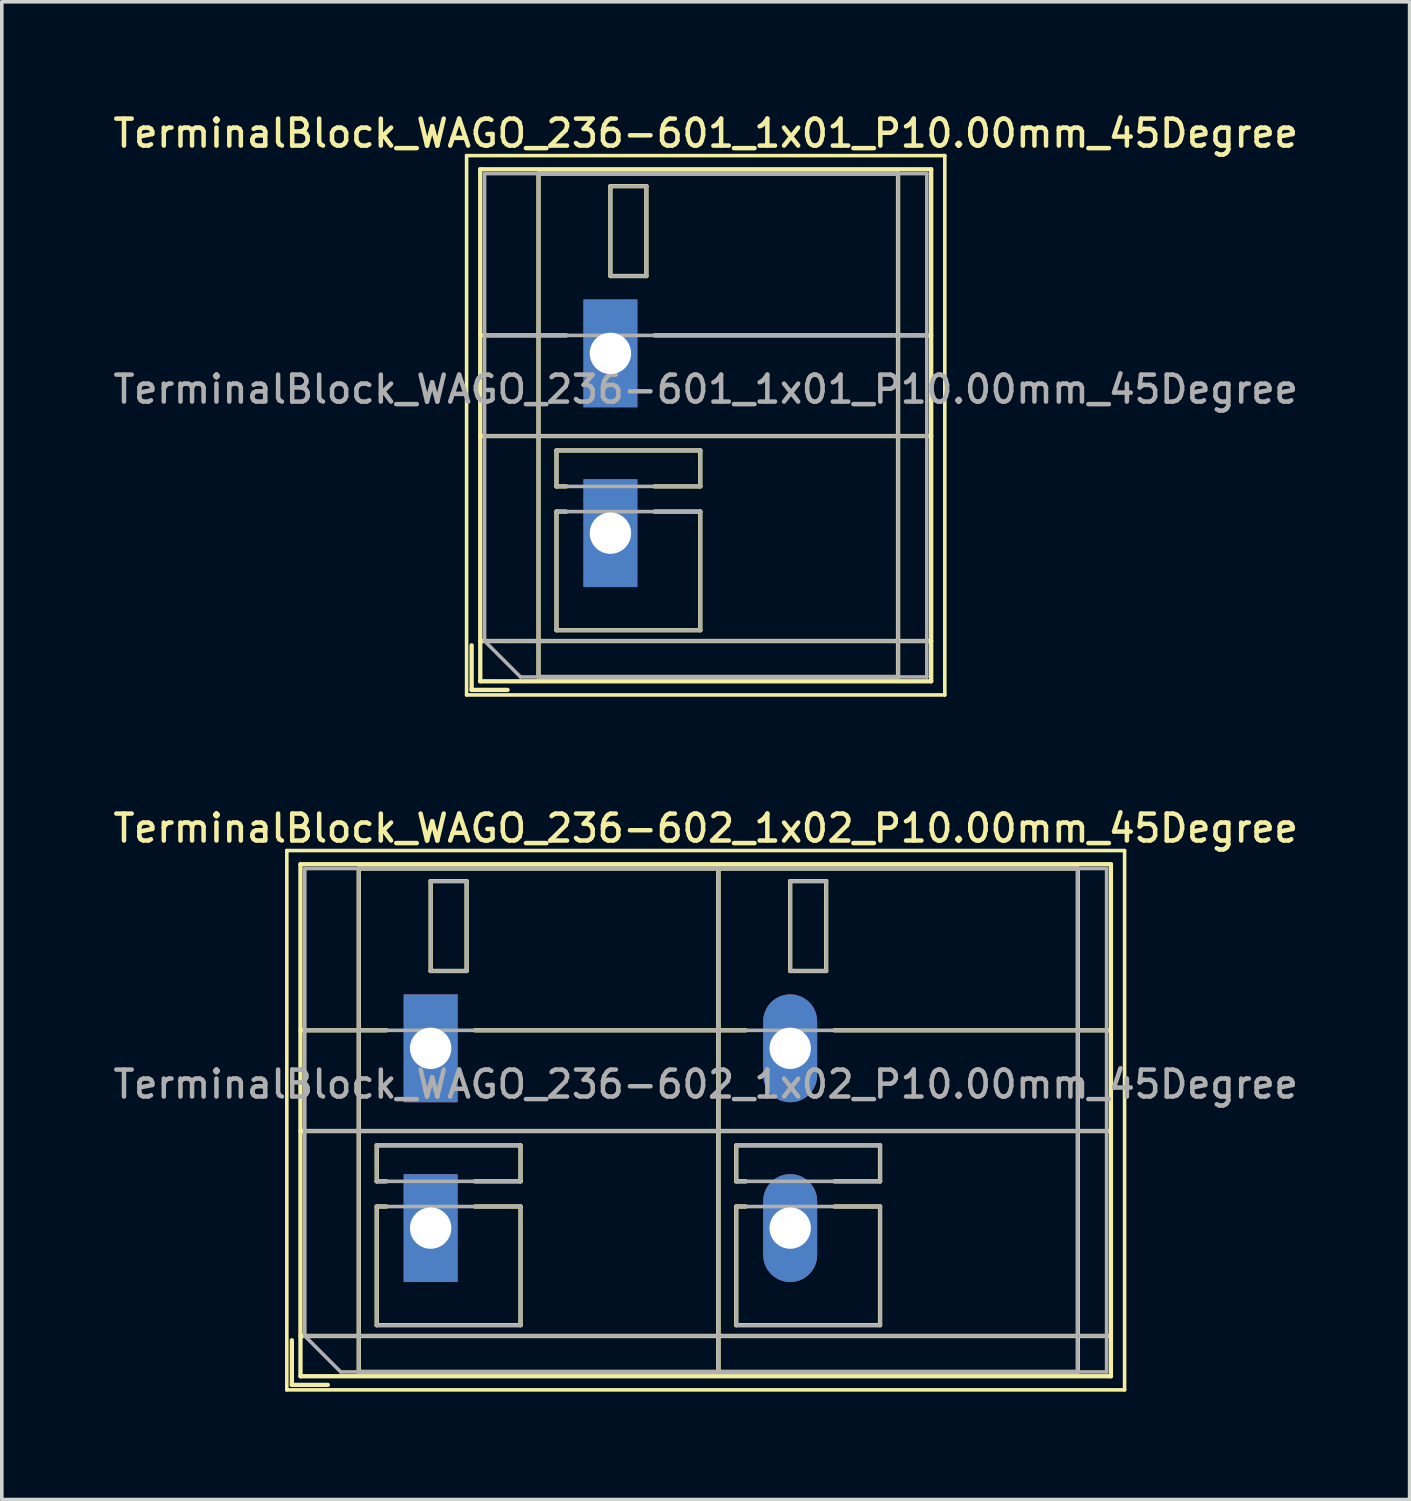
<source format=kicad_pcb>
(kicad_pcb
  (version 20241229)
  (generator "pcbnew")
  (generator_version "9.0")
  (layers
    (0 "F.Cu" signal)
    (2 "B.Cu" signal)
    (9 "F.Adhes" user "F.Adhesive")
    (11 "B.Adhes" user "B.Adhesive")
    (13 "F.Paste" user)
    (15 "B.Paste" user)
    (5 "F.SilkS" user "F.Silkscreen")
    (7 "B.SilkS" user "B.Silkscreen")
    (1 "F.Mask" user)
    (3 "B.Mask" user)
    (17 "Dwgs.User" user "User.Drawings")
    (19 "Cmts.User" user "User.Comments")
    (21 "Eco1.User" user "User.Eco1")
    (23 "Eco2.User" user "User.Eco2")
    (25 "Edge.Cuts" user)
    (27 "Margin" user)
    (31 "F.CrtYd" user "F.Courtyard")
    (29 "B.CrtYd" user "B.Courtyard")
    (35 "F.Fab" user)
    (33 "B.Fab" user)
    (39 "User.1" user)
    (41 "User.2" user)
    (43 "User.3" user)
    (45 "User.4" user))
  (footprint "TerminalBlock_WAGO_236-602_1x02_P10.00mm_45Degree"
    (layer "F.Cu")
    (at 8.927 26.106)
    (property "Reference" "TerminalBlock_WAGO_236-602_1x02_P10.00mm_45Degree" (at 7.65 -6.12 0) (layer "F.SilkS") (effects (font (size 0.75 0.75) (thickness 0.125))))
    (attr through_hole)
    (fp_line (start -4 -5.5) (end -4 9.5) (stroke (width 0.1) (type solid)) (layer "F.SilkS"))
    (fp_line (start -4 9.5) (end 19.3 9.5) (stroke (width 0.1) (type solid)) (layer "F.SilkS"))
    (fp_line (start -3.86 8.12) (end -3.86 9.36) (stroke (width 0.12) (type solid)) (layer "F.SilkS"))
    (fp_line (start -3.86 9.36) (end -2.86 9.36) (stroke (width 0.12) (type solid)) (layer "F.SilkS"))
    (fp_line (start -3.62 -5.12) (end -3.62 9.12) (stroke (width 0.12) (type solid)) (layer "F.SilkS"))
    (fp_line (start -3.62 -5.12) (end 18.92 -5.12) (stroke (width 0.12) (type solid)) (layer "F.SilkS"))
    (fp_line (start -3.62 -0.5) (end -1.23 -0.5) (stroke (width 0.12) (type solid)) (layer "F.SilkS"))
    (fp_line (start -3.62 2.3) (end 18.92 2.3) (stroke (width 0.12) (type solid)) (layer "F.SilkS"))
    (fp_line (start -3.62 8) (end 18.92 8) (stroke (width 0.12) (type solid)) (layer "F.SilkS"))
    (fp_line (start -3.62 9.12) (end 18.92 9.12) (stroke (width 0.12) (type solid)) (layer "F.SilkS"))
    (fp_line (start -2 -5) (end -2 9) (stroke (width 0.12) (type solid)) (layer "F.SilkS"))
    (fp_line (start -2 -5) (end 8 -5) (stroke (width 0.12) (type solid)) (layer "F.SilkS"))
    (fp_line (start -2 9) (end 8 9) (stroke (width 0.12) (type solid)) (layer "F.SilkS"))
    (fp_line (start -1.5 2.7) (end -1.5 3.7) (stroke (width 0.12) (type solid)) (layer "F.SilkS"))
    (fp_line (start -1.5 2.7) (end 2.5 2.7) (stroke (width 0.12) (type solid)) (layer "F.SilkS"))
    (fp_line (start -1.5 3.7) (end -1.23 3.7) (stroke (width 0.12) (type solid)) (layer "F.SilkS"))
    (fp_line (start -1.5 4.4) (end -1.5 7.7) (stroke (width 0.12) (type solid)) (layer "F.SilkS"))
    (fp_line (start -1.5 4.4) (end -1.23 4.4) (stroke (width 0.12) (type solid)) (layer "F.SilkS"))
    (fp_line (start -1.5 7.7) (end 2.5 7.7) (stroke (width 0.12) (type solid)) (layer "F.SilkS"))
    (fp_line (start 0 -4.65) (end 0 -2.151) (stroke (width 0.12) (type solid)) (layer "F.SilkS"))
    (fp_line (start 0 -4.65) (end 1 -4.65) (stroke (width 0.12) (type solid)) (layer "F.SilkS"))
    (fp_line (start 0 -2.151) (end 1 -2.151) (stroke (width 0.12) (type solid)) (layer "F.SilkS"))
    (fp_line (start 1 -4.65) (end 1 -2.151) (stroke (width 0.12) (type solid)) (layer "F.SilkS"))
    (fp_line (start 1.23 -0.5) (end 8.77 -0.5) (stroke (width 0.12) (type solid)) (layer "F.SilkS"))
    (fp_line (start 1.23 3.7) (end 2.5 3.7) (stroke (width 0.12) (type solid)) (layer "F.SilkS"))
    (fp_line (start 1.23 4.4) (end 2.5 4.4) (stroke (width 0.12) (type solid)) (layer "F.SilkS"))
    (fp_line (start 2.5 2.7) (end 2.5 3.7) (stroke (width 0.12) (type solid)) (layer "F.SilkS"))
    (fp_line (start 2.5 4.4) (end 2.5 7.7) (stroke (width 0.12) (type solid)) (layer "F.SilkS"))
    (fp_line (start 8 -5) (end 8 9) (stroke (width 0.12) (type solid)) (layer "F.SilkS"))
    (fp_line (start 8 -5) (end 8 9) (stroke (width 0.12) (type solid)) (layer "F.SilkS"))
    (fp_line (start 8 -5) (end 18 -5) (stroke (width 0.12) (type solid)) (layer "F.SilkS"))
    (fp_line (start 8 9) (end 18 9) (stroke (width 0.12) (type solid)) (layer "F.SilkS"))
    (fp_line (start 8.5 2.7) (end 8.5 3.7) (stroke (width 0.12) (type solid)) (layer "F.SilkS"))
    (fp_line (start 8.5 2.7) (end 12.5 2.7) (stroke (width 0.12) (type solid)) (layer "F.SilkS"))
    (fp_line (start 8.5 3.7) (end 8.77 3.7) (stroke (width 0.12) (type solid)) (layer "F.SilkS"))
    (fp_line (start 8.5 4.4) (end 8.5 7.7) (stroke (width 0.12) (type solid)) (layer "F.SilkS"))
    (fp_line (start 8.5 4.4) (end 8.77 4.4) (stroke (width 0.12) (type solid)) (layer "F.SilkS"))
    (fp_line (start 8.5 7.7) (end 12.5 7.7) (stroke (width 0.12) (type solid)) (layer "F.SilkS"))
    (fp_line (start 10 -4.65) (end 10 -2.151) (stroke (width 0.12) (type solid)) (layer "F.SilkS"))
    (fp_line (start 10 -4.65) (end 11 -4.65) (stroke (width 0.12) (type solid)) (layer "F.SilkS"))
    (fp_line (start 10 -2.151) (end 11 -2.151) (stroke (width 0.12) (type solid)) (layer "F.SilkS"))
    (fp_line (start 11 -4.65) (end 11 -2.151) (stroke (width 0.12) (type solid)) (layer "F.SilkS"))
    (fp_line (start 11.23 -0.5) (end 18.92 -0.5) (stroke (width 0.12) (type solid)) (layer "F.SilkS"))
    (fp_line (start 11.23 3.7) (end 12.5 3.7) (stroke (width 0.12) (type solid)) (layer "F.SilkS"))
    (fp_line (start 11.23 4.4) (end 12.5 4.4) (stroke (width 0.12) (type solid)) (layer "F.SilkS"))
    (fp_line (start 12.5 2.7) (end 12.5 3.7) (stroke (width 0.12) (type solid)) (layer "F.SilkS"))
    (fp_line (start 12.5 4.4) (end 12.5 7.7) (stroke (width 0.12) (type solid)) (layer "F.SilkS"))
    (fp_line (start 18 -5) (end 18 9) (stroke (width 0.12) (type solid)) (layer "F.SilkS"))
    (fp_line (start 18.92 -5.12) (end 18.92 9.12) (stroke (width 0.12) (type solid)) (layer "F.SilkS"))
    (fp_line (start 19.3 -5.5) (end -4 -5.5) (stroke (width 0.1) (type solid)) (layer "F.SilkS"))
    (fp_line (start 19.3 9.5) (end 19.3 -5.5) (stroke (width 0.1) (type solid)) (layer "F.SilkS"))
    (fp_line (start -3.5 -5) (end 18.8 -5) (stroke (width 0.1) (type solid)) (layer "F.Fab"))
    (fp_line (start -3.5 -0.5) (end 18.8 -0.5) (stroke (width 0.1) (type solid)) (layer "F.Fab"))
    (fp_line (start -3.5 2.3) (end 18.8 2.3) (stroke (width 0.1) (type solid)) (layer "F.Fab"))
    (fp_line (start -3.5 8) (end -3.5 -5) (stroke (width 0.1) (type solid)) (layer "F.Fab"))
    (fp_line (start -3.5 8) (end 18.8 8) (stroke (width 0.1) (type solid)) (layer "F.Fab"))
    (fp_line (start -2.5 9) (end -3.5 8) (stroke (width 0.1) (type solid)) (layer "F.Fab"))
    (fp_line (start -2 -5) (end -2 9) (stroke (width 0.1) (type solid)) (layer "F.Fab"))
    (fp_line (start -2 9) (end 8 9) (stroke (width 0.1) (type solid)) (layer "F.Fab"))
    (fp_line (start -1.5 2.7) (end -1.5 3.7) (stroke (width 0.1) (type solid)) (layer "F.Fab"))
    (fp_line (start -1.5 3.7) (end 2.5 3.7) (stroke (width 0.1) (type solid)) (layer "F.Fab"))
    (fp_line (start -1.5 4.4) (end -1.5 7.7) (stroke (width 0.1) (type solid)) (layer "F.Fab"))
    (fp_line (start -1.5 7.7) (end 2.5 7.7) (stroke (width 0.1) (type solid)) (layer "F.Fab"))
    (fp_line (start 0 -4.65) (end 0 -2.15) (stroke (width 0.1) (type solid)) (layer "F.Fab"))
    (fp_line (start 0 -2.15) (end 1 -2.15) (stroke (width 0.1) (type solid)) (layer "F.Fab"))
    (fp_line (start 1 -4.65) (end 0 -4.65) (stroke (width 0.1) (type solid)) (layer "F.Fab"))
    (fp_line (start 1 -2.15) (end 1 -4.65) (stroke (width 0.1) (type solid)) (layer "F.Fab"))
    (fp_line (start 2.5 2.7) (end -1.5 2.7) (stroke (width 0.1) (type solid)) (layer "F.Fab"))
    (fp_line (start 2.5 3.7) (end 2.5 2.7) (stroke (width 0.1) (type solid)) (layer "F.Fab"))
    (fp_line (start 2.5 4.4) (end -1.5 4.4) (stroke (width 0.1) (type solid)) (layer "F.Fab"))
    (fp_line (start 2.5 7.7) (end 2.5 4.4) (stroke (width 0.1) (type solid)) (layer "F.Fab"))
    (fp_line (start 8 -5) (end -2 -5) (stroke (width 0.1) (type solid)) (layer "F.Fab"))
    (fp_line (start 8 -5) (end 8 9) (stroke (width 0.1) (type solid)) (layer "F.Fab"))
    (fp_line (start 8 9) (end 8 -5) (stroke (width 0.1) (type solid)) (layer "F.Fab"))
    (fp_line (start 8 9) (end 18 9) (stroke (width 0.1) (type solid)) (layer "F.Fab"))
    (fp_line (start 8.5 2.7) (end 8.5 3.7) (stroke (width 0.1) (type solid)) (layer "F.Fab"))
    (fp_line (start 8.5 3.7) (end 12.5 3.7) (stroke (width 0.1) (type solid)) (layer "F.Fab"))
    (fp_line (start 8.5 4.4) (end 8.5 7.7) (stroke (width 0.1) (type solid)) (layer "F.Fab"))
    (fp_line (start 8.5 7.7) (end 12.5 7.7) (stroke (width 0.1) (type solid)) (layer "F.Fab"))
    (fp_line (start 10 -4.65) (end 10 -2.15) (stroke (width 0.1) (type solid)) (layer "F.Fab"))
    (fp_line (start 10 -2.15) (end 11 -2.15) (stroke (width 0.1) (type solid)) (layer "F.Fab"))
    (fp_line (start 11 -4.65) (end 10 -4.65) (stroke (width 0.1) (type solid)) (layer "F.Fab"))
    (fp_line (start 11 -2.15) (end 11 -4.65) (stroke (width 0.1) (type solid)) (layer "F.Fab"))
    (fp_line (start 12.5 2.7) (end 8.5 2.7) (stroke (width 0.1) (type solid)) (layer "F.Fab"))
    (fp_line (start 12.5 3.7) (end 12.5 2.7) (stroke (width 0.1) (type solid)) (layer "F.Fab"))
    (fp_line (start 12.5 4.4) (end 8.5 4.4) (stroke (width 0.1) (type solid)) (layer "F.Fab"))
    (fp_line (start 12.5 7.7) (end 12.5 4.4) (stroke (width 0.1) (type solid)) (layer "F.Fab"))
    (fp_line (start 18 -5) (end 8 -5) (stroke (width 0.1) (type solid)) (layer "F.Fab"))
    (fp_line (start 18 9) (end 18 -5) (stroke (width 0.1) (type solid)) (layer "F.Fab"))
    (fp_line (start 18.8 -5) (end 18.8 9) (stroke (width 0.1) (type solid)) (layer "F.Fab"))
    (fp_line (start 18.8 9) (end -2.5 9) (stroke (width 0.1) (type solid)) (layer "F.Fab"))
    (fp_text user "${REFERENCE}" (at 7.65 1 0) (layer "F.Fab") (effects (font (size 0.75 0.75) (thickness 0.125))))
    (pad "1" thru_hole rect (at 0 0) (size 1.5 3) (drill 1.15) (layers "*.Cu" "*.Mask"))
    (pad "1" thru_hole rect (at 0 5) (size 1.5 3) (drill 1.15) (layers "*.Cu" "*.Mask"))
    (pad "2" thru_hole oval (at 10 0) (size 1.5 3) (drill 1.15) (layers "*.Cu" "*.Mask"))
    (pad "2" thru_hole oval (at 10 5) (size 1.5 3) (drill 1.15) (layers "*.Cu" "*.Mask")))
  (footprint "TerminalBlock_WAGO_236-601_1x01_P10.00mm_45Degree"
    (layer "F.Cu")
    (at 13.927 6.778)
    (property "Reference" "TerminalBlock_WAGO_236-601_1x01_P10.00mm_45Degree" (at 2.65 -6.12 0) (layer "F.SilkS") (effects (font (size 0.75 0.75) (thickness 0.125))))
    (attr through_hole)
    (fp_line (start -4 -5.5) (end -4 9.5) (stroke (width 0.1) (type solid)) (layer "F.SilkS"))
    (fp_line (start -4 9.5) (end 9.3 9.5) (stroke (width 0.1) (type solid)) (layer "F.SilkS"))
    (fp_line (start -3.86 8.12) (end -3.86 9.36) (stroke (width 0.12) (type solid)) (layer "F.SilkS"))
    (fp_line (start -3.86 9.36) (end -2.86 9.36) (stroke (width 0.12) (type solid)) (layer "F.SilkS"))
    (fp_line (start -3.62 -5.12) (end -3.62 9.12) (stroke (width 0.12) (type solid)) (layer "F.SilkS"))
    (fp_line (start -3.62 -5.12) (end 8.921 -5.12) (stroke (width 0.12) (type solid)) (layer "F.SilkS"))
    (fp_line (start -3.62 -0.5) (end -1.23 -0.5) (stroke (width 0.12) (type solid)) (layer "F.SilkS"))
    (fp_line (start -3.62 2.3) (end 8.921 2.3) (stroke (width 0.12) (type solid)) (layer "F.SilkS"))
    (fp_line (start -3.62 8) (end 8.921 8) (stroke (width 0.12) (type solid)) (layer "F.SilkS"))
    (fp_line (start -3.62 9.12) (end 8.921 9.12) (stroke (width 0.12) (type solid)) (layer "F.SilkS"))
    (fp_line (start -2 -5) (end -2 9) (stroke (width 0.12) (type solid)) (layer "F.SilkS"))
    (fp_line (start -2 -5) (end 8 -5) (stroke (width 0.12) (type solid)) (layer "F.SilkS"))
    (fp_line (start -2 9) (end 8 9) (stroke (width 0.12) (type solid)) (layer "F.SilkS"))
    (fp_line (start -1.5 2.7) (end -1.5 3.7) (stroke (width 0.12) (type solid)) (layer "F.SilkS"))
    (fp_line (start -1.5 2.7) (end 2.5 2.7) (stroke (width 0.12) (type solid)) (layer "F.SilkS"))
    (fp_line (start -1.5 3.7) (end -1.23 3.7) (stroke (width 0.12) (type solid)) (layer "F.SilkS"))
    (fp_line (start -1.5 4.4) (end -1.5 7.7) (stroke (width 0.12) (type solid)) (layer "F.SilkS"))
    (fp_line (start -1.5 4.4) (end -1.23 4.4) (stroke (width 0.12) (type solid)) (layer "F.SilkS"))
    (fp_line (start -1.5 7.7) (end 2.5 7.7) (stroke (width 0.12) (type solid)) (layer "F.SilkS"))
    (fp_line (start 0 -4.65) (end 0 -2.151) (stroke (width 0.12) (type solid)) (layer "F.SilkS"))
    (fp_line (start 0 -4.65) (end 1 -4.65) (stroke (width 0.12) (type solid)) (layer "F.SilkS"))
    (fp_line (start 0 -2.151) (end 1 -2.151) (stroke (width 0.12) (type solid)) (layer "F.SilkS"))
    (fp_line (start 1 -4.65) (end 1 -2.151) (stroke (width 0.12) (type solid)) (layer "F.SilkS"))
    (fp_line (start 1.23 -0.5) (end 8.921 -0.5) (stroke (width 0.12) (type solid)) (layer "F.SilkS"))
    (fp_line (start 1.23 3.7) (end 2.5 3.7) (stroke (width 0.12) (type solid)) (layer "F.SilkS"))
    (fp_line (start 1.23 4.4) (end 2.5 4.4) (stroke (width 0.12) (type solid)) (layer "F.SilkS"))
    (fp_line (start 2.5 2.7) (end 2.5 3.7) (stroke (width 0.12) (type solid)) (layer "F.SilkS"))
    (fp_line (start 2.5 4.4) (end 2.5 7.7) (stroke (width 0.12) (type solid)) (layer "F.SilkS"))
    (fp_line (start 8 -5) (end 8 9) (stroke (width 0.12) (type solid)) (layer "F.SilkS"))
    (fp_line (start 8.921 -5.12) (end 8.921 9.12) (stroke (width 0.12) (type solid)) (layer "F.SilkS"))
    (fp_line (start 9.3 -5.5) (end -4 -5.5) (stroke (width 0.1) (type solid)) (layer "F.SilkS"))
    (fp_line (start 9.3 9.5) (end 9.3 -5.5) (stroke (width 0.1) (type solid)) (layer "F.SilkS"))
    (fp_line (start -3.5 -5) (end 8.8 -5) (stroke (width 0.1) (type solid)) (layer "F.Fab"))
    (fp_line (start -3.5 -0.5) (end 8.8 -0.5) (stroke (width 0.1) (type solid)) (layer "F.Fab"))
    (fp_line (start -3.5 2.3) (end 8.8 2.3) (stroke (width 0.1) (type solid)) (layer "F.Fab"))
    (fp_line (start -3.5 8) (end -3.5 -5) (stroke (width 0.1) (type solid)) (layer "F.Fab"))
    (fp_line (start -3.5 8) (end 8.8 8) (stroke (width 0.1) (type solid)) (layer "F.Fab"))
    (fp_line (start -2.5 9) (end -3.5 8) (stroke (width 0.1) (type solid)) (layer "F.Fab"))
    (fp_line (start -2 -5) (end -2 9) (stroke (width 0.1) (type solid)) (layer "F.Fab"))
    (fp_line (start -2 9) (end 8 9) (stroke (width 0.1) (type solid)) (layer "F.Fab"))
    (fp_line (start -1.5 2.7) (end -1.5 3.7) (stroke (width 0.1) (type solid)) (layer "F.Fab"))
    (fp_line (start -1.5 3.7) (end 2.5 3.7) (stroke (width 0.1) (type solid)) (layer "F.Fab"))
    (fp_line (start -1.5 4.4) (end -1.5 7.7) (stroke (width 0.1) (type solid)) (layer "F.Fab"))
    (fp_line (start -1.5 7.7) (end 2.5 7.7) (stroke (width 0.1) (type solid)) (layer "F.Fab"))
    (fp_line (start 0 -4.65) (end 0 -2.15) (stroke (width 0.1) (type solid)) (layer "F.Fab"))
    (fp_line (start 0 -2.15) (end 1 -2.15) (stroke (width 0.1) (type solid)) (layer "F.Fab"))
    (fp_line (start 1 -4.65) (end 0 -4.65) (stroke (width 0.1) (type solid)) (layer "F.Fab"))
    (fp_line (start 1 -2.15) (end 1 -4.65) (stroke (width 0.1) (type solid)) (layer "F.Fab"))
    (fp_line (start 2.5 2.7) (end -1.5 2.7) (stroke (width 0.1) (type solid)) (layer "F.Fab"))
    (fp_line (start 2.5 3.7) (end 2.5 2.7) (stroke (width 0.1) (type solid)) (layer "F.Fab"))
    (fp_line (start 2.5 4.4) (end -1.5 4.4) (stroke (width 0.1) (type solid)) (layer "F.Fab"))
    (fp_line (start 2.5 7.7) (end 2.5 4.4) (stroke (width 0.1) (type solid)) (layer "F.Fab"))
    (fp_line (start 8 -5) (end -2 -5) (stroke (width 0.1) (type solid)) (layer "F.Fab"))
    (fp_line (start 8 9) (end 8 -5) (stroke (width 0.1) (type solid)) (layer "F.Fab"))
    (fp_line (start 8.8 -5) (end 8.8 9) (stroke (width 0.1) (type solid)) (layer "F.Fab"))
    (fp_line (start 8.8 9) (end -2.5 9) (stroke (width 0.1) (type solid)) (layer "F.Fab"))
    (fp_text user "${REFERENCE}" (at 2.65 1 0) (layer "F.Fab") (effects (font (size 0.75 0.75) (thickness 0.125))))
    (pad "1" thru_hole rect (at 0 0) (size 1.5 3) (drill 1.15) (layers "*.Cu" "*.Mask"))
    (pad "1" thru_hole rect (at 0 5) (size 1.5 3) (drill 1.15) (layers "*.Cu" "*.Mask")))
  (gr_rect
    (start -3 -3)
    (end 36.154 38.656)
    (stroke (width 0.1) (type default))
    (fill no)
    (layer "Edge.Cuts")))
</source>
